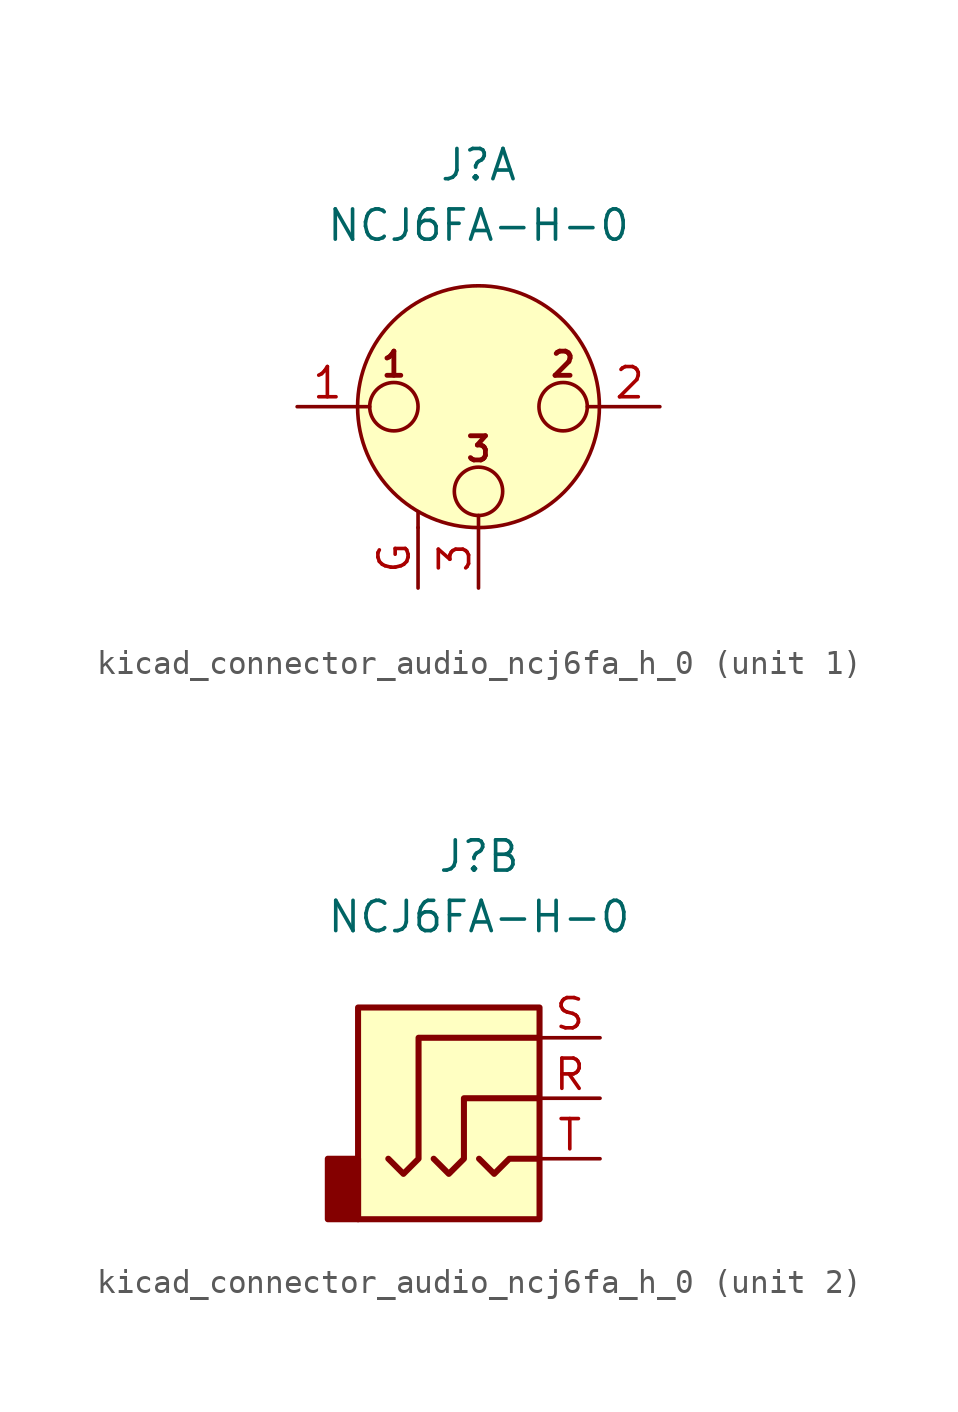
<source format=kicad_sym>
(kicad_symbol_lib
  (version 20220914)
  (generator kicad_symbol_editor)
  (symbol "kicad_connector_audio_ncj6fa_h_0"
    (pin_names hide)
    (property "Reference" "J"
      (at 0 10.16 0)
      (effects (font (size 1.27 1.27))))
    (property "Value" "NCJ6FA-H-0"
      (at 0 7.62 0)
      (effects (font (size 1.27 1.27))))
    (symbol "kicad_connector_audio_ncj6fa_h_0_1_1"
      (circle (center -3.556 0) (radius 1.016) (stroke (width 0) (type default)) (fill (type none)))
      (circle (center 0 -3.556) (radius 1.016) (stroke (width 0) (type default)) (fill (type none)))
      (polyline (pts (xy -5.08 0) (xy -4.572 0)) (stroke (width 0) (type default)) (fill (type none)))
      (polyline (pts (xy -2.54 -5.08) (xy -2.54 -4.445)) (stroke (width 0) (type default)) (fill (type none)))
      (polyline (pts (xy 0 -5.08) (xy 0 -4.572)) (stroke (width 0) (type default)) (fill (type none)))
      (polyline (pts (xy 5.08 0) (xy 4.572 0)) (stroke (width 0) (type default)) (fill (type none)))
      (circle (center 0 0) (radius 5.08) (stroke (width 0) (type default)) (fill (type background)))
      (circle (center 3.556 0) (radius 1.016) (stroke (width 0) (type default)) (fill (type none)))
      (text "1" (at -3.556 1.778 0) (effects (font (size 1.016 1.016) bold)))
      (text "2" (at 3.556 1.778 0) (effects (font (size 1.016 1.016) bold)))
      (text "3" (at 0 -1.778 0) (effects (font (size 1.016 1.016) bold)))
      (pin passive line (at -7.62 0 0) (length 2.54) (name "~" (effects (font (size 1.27 1.27)))) (number "1" (effects (font (size 1.27 1.27)))))
      (pin passive line (at 7.62 0 180) (length 2.54) (name "~" (effects (font (size 1.27 1.27)))) (number "2" (effects (font (size 1.27 1.27)))))
      (pin passive line (at 0 -7.62 90) (length 2.54) (name "~" (effects (font (size 1.27 1.27)))) (number "3" (effects (font (size 1.27 1.27)))))
      (pin passive line (at -2.54 -7.62 90) (length 2.54) (name "~" (effects (font (size 1.27 1.27)))) (number "G" (effects (font (size 1.27 1.27))))))
    (symbol "kicad_connector_audio_ncj6fa_h_0_2_1"
      (rectangle (start -5.08 -2.54) (end -6.35 -5.08) (stroke (width 0.254) (type default)) (fill (type outline)))
      (polyline (pts (xy 0 -2.54) (xy 0.635 -3.175) (xy 1.27 -2.54) (xy 2.54 -2.54)) (stroke (width 0.254) (type default)) (fill (type none)))
      (polyline (pts (xy -1.905 -2.54) (xy -1.27 -3.175) (xy -0.635 -2.54) (xy -0.635 0) (xy 2.54 0)) (stroke (width 0.254) (type default)) (fill (type none)))
      (polyline (pts (xy 2.54 2.54) (xy -2.54 2.54) (xy -2.54 -2.54) (xy -3.175 -3.175) (xy -3.81 -2.54)) (stroke (width 0.254) (type default)) (fill (type none)))
      (rectangle (start 2.54 3.81) (end -5.08 -5.08) (stroke (width 0.254) (type default)) (fill (type background)))
      (pin passive line (at 5.08 0 180) (length 2.54) (name "~" (effects (font (size 1.27 1.27)))) (number "R" (effects (font (size 1.27 1.27)))))
      (pin passive line (at 5.08 2.54 180) (length 2.54) (name "~" (effects (font (size 1.27 1.27)))) (number "S" (effects (font (size 1.27 1.27)))))
      (pin passive line (at 5.08 -2.54 180) (length 2.54) (name "~" (effects (font (size 1.27 1.27)))) (number "T" (effects (font (size 1.27 1.27))))))))
</source>
